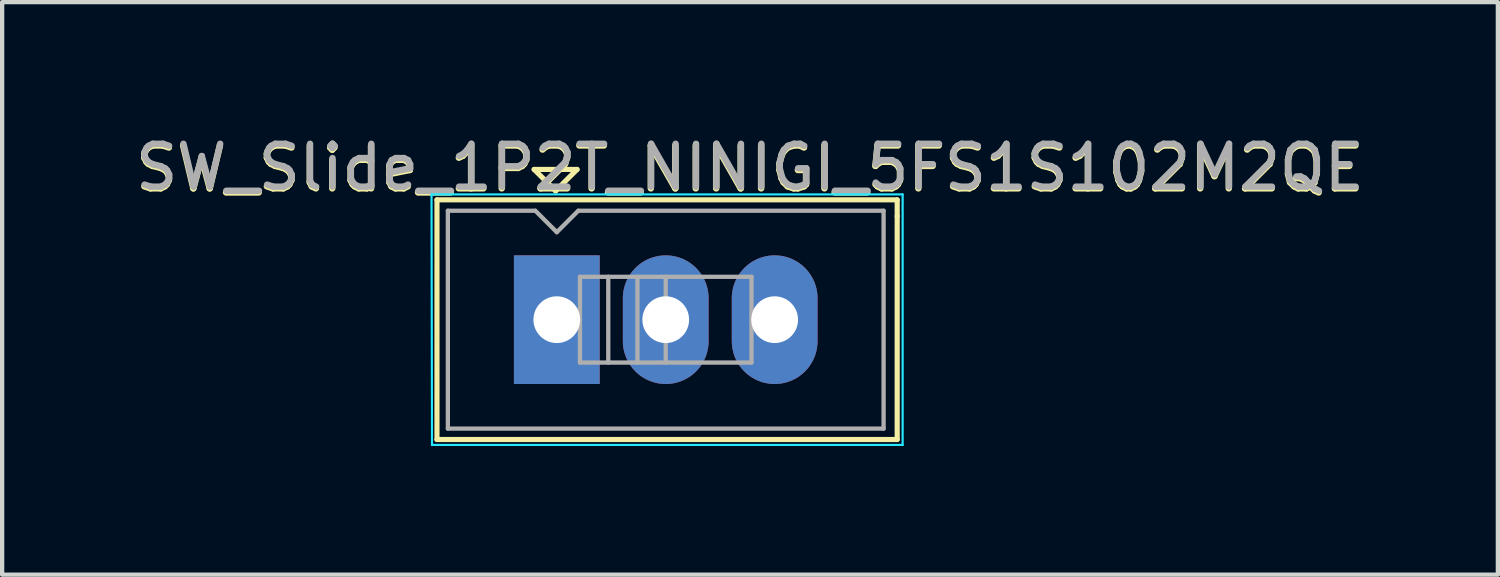
<source format=kicad_pcb>
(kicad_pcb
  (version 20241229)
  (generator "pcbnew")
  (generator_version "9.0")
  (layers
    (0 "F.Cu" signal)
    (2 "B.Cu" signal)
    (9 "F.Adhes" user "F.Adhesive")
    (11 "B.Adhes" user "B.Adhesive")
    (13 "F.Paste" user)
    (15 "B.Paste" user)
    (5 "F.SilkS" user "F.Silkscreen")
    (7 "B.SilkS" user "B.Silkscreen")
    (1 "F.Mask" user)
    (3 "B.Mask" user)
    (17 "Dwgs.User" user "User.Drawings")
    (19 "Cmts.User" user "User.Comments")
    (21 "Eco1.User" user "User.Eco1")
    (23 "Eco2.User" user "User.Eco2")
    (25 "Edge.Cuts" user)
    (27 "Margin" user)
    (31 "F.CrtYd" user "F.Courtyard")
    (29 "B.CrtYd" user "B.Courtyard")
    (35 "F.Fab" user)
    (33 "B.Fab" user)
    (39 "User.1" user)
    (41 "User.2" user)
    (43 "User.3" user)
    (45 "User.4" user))
  (footprint "SW_Slide_1P2T_NINIGI_5FS1S102M2QE"
    (layer "F.Cu")
    (at 12.473 4.404)
    (property "Reference" "SW_Slide_1P2T_NINIGI_5FS1S102M2QE" (at 1.962 -3.517 0) (layer "F.SilkS") (effects (font (size 1 1) (thickness 0.15))))
    (attr through_hole)
    (fp_line (start -5.334 -2.794) (end 5.397 -2.794) (stroke (width 0.12) (type solid)) (layer "F.SilkS"))
    (fp_line (start -5.334 2.794) (end -5.334 -2.794) (stroke (width 0.12) (type solid)) (layer "F.SilkS"))
    (fp_line (start -3.068 -3.503) (end -2.568 -3.003) (stroke (width 0.12) (type solid)) (layer "F.SilkS"))
    (fp_line (start -2.568 -3.003) (end -2.068 -3.503) (stroke (width 0.12) (type solid)) (layer "F.SilkS"))
    (fp_line (start -2.068 -3.503) (end -3.068 -3.503) (stroke (width 0.12) (type solid)) (layer "F.SilkS"))
    (fp_line (start 5.397 -2.794) (end 5.397 -2.413) (stroke (width 0.12) (type solid)) (layer "F.SilkS"))
    (fp_line (start 5.397 2.794) (end -5.334 2.794) (stroke (width 0.12) (type solid)) (layer "F.SilkS"))
    (fp_line (start 5.397 2.794) (end 5.397 -2.413) (stroke (width 0.12) (type solid)) (layer "F.SilkS"))
    (fp_line (start -5.461 -2.921) (end 5.524 -2.921) (stroke (width 0.05) (type solid)) (layer "B.CrtYd"))
    (fp_line (start -5.45 2.921) (end -5.461 -2.921) (stroke (width 0.05) (type solid)) (layer "B.CrtYd"))
    (fp_line (start 5.524 -2.921) (end 5.524 2.921) (stroke (width 0.05) (type solid)) (layer "B.CrtYd"))
    (fp_line (start 5.524 2.921) (end -5.45 2.921) (stroke (width 0.05) (type solid)) (layer "B.CrtYd"))
    (fp_line (start -5.08 -2.54) (end -3.048 -2.54) (stroke (width 0.1) (type solid)) (layer "F.Fab"))
    (fp_line (start -5.08 2.54) (end -5.08 -2.54) (stroke (width 0.1) (type solid)) (layer "F.Fab"))
    (fp_line (start -3.04 -2.54) (end -2.54 -2.04) (stroke (width 0.1) (type solid)) (layer "F.Fab"))
    (fp_line (start -2.54 -2.04) (end -2.04 -2.54) (stroke (width 0.1) (type solid)) (layer "F.Fab"))
    (fp_line (start -2.032 -2.54) (end 5.08 -2.54) (stroke (width 0.1) (type solid)) (layer "F.Fab"))
    (fp_line (start -2 -1) (end -2 1) (stroke (width 0.1) (type solid)) (layer "F.Fab"))
    (fp_line (start -2 -1) (end 2 -1) (stroke (width 0.1) (type solid)) (layer "F.Fab"))
    (fp_line (start -2 1) (end 2 1) (stroke (width 0.1) (type solid)) (layer "F.Fab"))
    (fp_line (start -1.34 -1) (end -1.34 1) (stroke (width 0.1) (type solid)) (layer "F.Fab"))
    (fp_line (start -0.66 -1) (end -0.66 1) (stroke (width 0.1) (type solid)) (layer "F.Fab"))
    (fp_line (start 0 -1) (end 0 1) (stroke (width 0.1) (type solid)) (layer "F.Fab"))
    (fp_line (start 2 -1) (end 2 1) (stroke (width 0.1) (type solid)) (layer "F.Fab"))
    (fp_line (start 5.08 -2.54) (end 5.08 2.54) (stroke (width 0.1) (type solid)) (layer "F.Fab"))
    (fp_line (start 5.08 2.54) (end -5.08 2.54) (stroke (width 0.1) (type solid)) (layer "F.Fab"))
    (fp_text user "${REFERENCE}" (at 1.968 -3.556 0) (layer "F.Fab") (effects (font (size 1 1) (thickness 0.15))))
    (pad "1" thru_hole rect (at -2.54 0) (size 2 3) (drill 1.09) (layers "*.Cu" "*.Mask"))
    (pad "2" thru_hole oval (at 0 0) (size 2 3) (drill 1.09) (layers "*.Cu" "*.Mask"))
    (pad "3" thru_hole oval (at 2.54 0) (size 2 3) (drill 1.09) (layers "*.Cu" "*.Mask")))
  (gr_rect
    (start -3 -3)
    (end 31.876 10.35)
    (stroke (width 0.1) (type default))
    (fill no)
    (layer "Edge.Cuts")))
</source>
